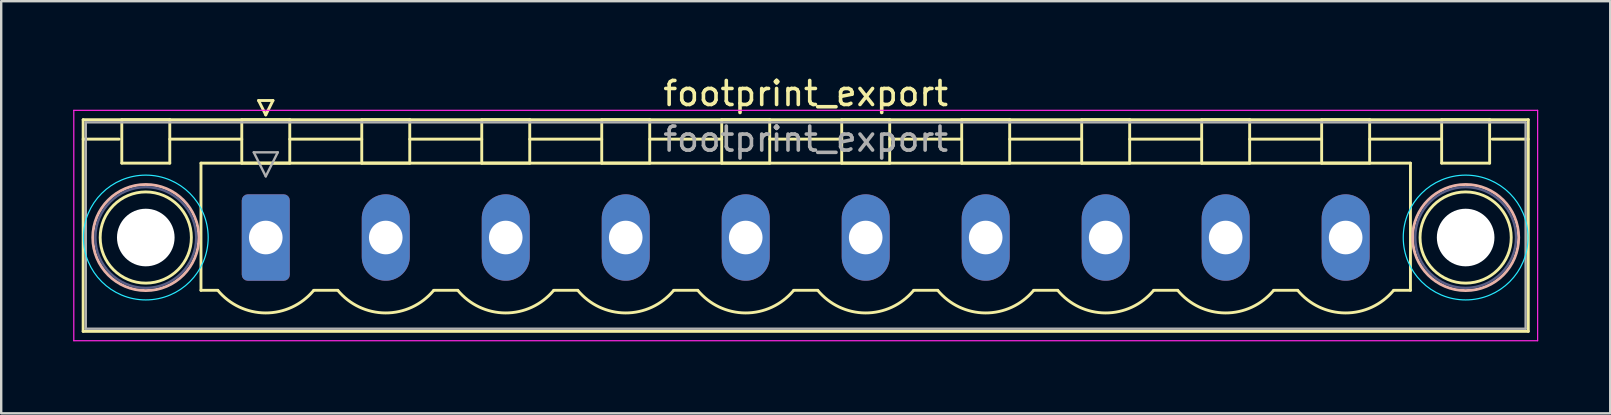
<source format=kicad_pcb>
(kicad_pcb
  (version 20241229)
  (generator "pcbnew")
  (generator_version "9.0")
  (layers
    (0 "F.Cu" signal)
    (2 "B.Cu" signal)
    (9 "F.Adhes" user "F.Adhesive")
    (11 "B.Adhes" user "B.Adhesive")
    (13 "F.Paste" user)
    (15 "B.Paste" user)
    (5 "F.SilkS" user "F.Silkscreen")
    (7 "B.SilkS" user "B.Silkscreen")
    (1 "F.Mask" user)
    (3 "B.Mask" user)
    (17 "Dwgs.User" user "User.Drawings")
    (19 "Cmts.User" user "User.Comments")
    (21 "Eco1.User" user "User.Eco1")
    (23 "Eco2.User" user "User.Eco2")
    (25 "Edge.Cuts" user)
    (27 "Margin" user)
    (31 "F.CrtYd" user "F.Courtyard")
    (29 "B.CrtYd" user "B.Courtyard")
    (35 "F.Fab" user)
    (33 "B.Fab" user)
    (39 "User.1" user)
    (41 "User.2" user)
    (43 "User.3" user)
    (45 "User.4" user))
  (footprint "footprint_export"
    (layer "F.Cu")
    (at 8.025 6.848)
    (property "Reference" "footprint_export" (at 22.5 -6 0) (layer "F.SilkS") (effects (font (size 1 1) (thickness 0.15))))
    (attr through_hole)
    (fp_line (start -7.61 -4.91) (end -7.61 3.91) (stroke (width 0.12) (type solid)) (layer "F.SilkS"))
    (fp_line (start -7.61 -4.1) (end -6.11 -4.1) (stroke (width 0.12) (type solid)) (layer "F.SilkS"))
    (fp_line (start -7.61 3.91) (end 52.61 3.91) (stroke (width 0.12) (type solid)) (layer "F.SilkS"))
    (fp_line (start -6 -4.91) (end -4 -4.91) (stroke (width 0.12) (type solid)) (layer "F.SilkS"))
    (fp_line (start -6 -3.1) (end -6 -4.91) (stroke (width 0.12) (type solid)) (layer "F.SilkS"))
    (fp_line (start -4 -4.91) (end -4 -3.1) (stroke (width 0.12) (type solid)) (layer "F.SilkS"))
    (fp_line (start -4 -4.1) (end -1 -4.1) (stroke (width 0.12) (type solid)) (layer "F.SilkS"))
    (fp_line (start -4 -3.1) (end -6 -3.1) (stroke (width 0.12) (type solid)) (layer "F.SilkS"))
    (fp_line (start -2.7 -3.1) (end 47.7 -3.1) (stroke (width 0.12) (type solid)) (layer "F.SilkS"))
    (fp_line (start -2.7 2.2) (end -2.7 -3.1) (stroke (width 0.12) (type solid)) (layer "F.SilkS"))
    (fp_line (start -2 2.2) (end -2.7 2.2) (stroke (width 0.12) (type solid)) (layer "F.SilkS"))
    (fp_line (start -1 -4.91) (end 1 -4.91) (stroke (width 0.12) (type solid)) (layer "F.SilkS"))
    (fp_line (start -1 -3.1) (end -1 -4.91) (stroke (width 0.12) (type solid)) (layer "F.SilkS"))
    (fp_line (start -0.3 -5.71) (end 0.3 -5.71) (stroke (width 0.12) (type solid)) (layer "F.SilkS"))
    (fp_line (start 0 -5.11) (end -0.3 -5.71) (stroke (width 0.12) (type solid)) (layer "F.SilkS"))
    (fp_line (start 0.3 -5.71) (end 0 -5.11) (stroke (width 0.12) (type solid)) (layer "F.SilkS"))
    (fp_line (start 1 -4.91) (end 1 -3.1) (stroke (width 0.12) (type solid)) (layer "F.SilkS"))
    (fp_line (start 1 -4.1) (end 4 -4.1) (stroke (width 0.12) (type solid)) (layer "F.SilkS"))
    (fp_line (start 1 -3.1) (end -1 -3.1) (stroke (width 0.12) (type solid)) (layer "F.SilkS"))
    (fp_line (start 2 2.2) (end 3 2.2) (stroke (width 0.12) (type solid)) (layer "F.SilkS"))
    (fp_line (start 4 -4.91) (end 6 -4.91) (stroke (width 0.12) (type solid)) (layer "F.SilkS"))
    (fp_line (start 4 -3.1) (end 4 -4.91) (stroke (width 0.12) (type solid)) (layer "F.SilkS"))
    (fp_line (start 6 -4.91) (end 6 -3.1) (stroke (width 0.12) (type solid)) (layer "F.SilkS"))
    (fp_line (start 6 -4.1) (end 9 -4.1) (stroke (width 0.12) (type solid)) (layer "F.SilkS"))
    (fp_line (start 6 -3.1) (end 4 -3.1) (stroke (width 0.12) (type solid)) (layer "F.SilkS"))
    (fp_line (start 7 2.2) (end 8 2.2) (stroke (width 0.12) (type solid)) (layer "F.SilkS"))
    (fp_line (start 9 -4.91) (end 11 -4.91) (stroke (width 0.12) (type solid)) (layer "F.SilkS"))
    (fp_line (start 9 -3.1) (end 9 -4.91) (stroke (width 0.12) (type solid)) (layer "F.SilkS"))
    (fp_line (start 11 -4.91) (end 11 -3.1) (stroke (width 0.12) (type solid)) (layer "F.SilkS"))
    (fp_line (start 11 -4.1) (end 14 -4.1) (stroke (width 0.12) (type solid)) (layer "F.SilkS"))
    (fp_line (start 11 -3.1) (end 9 -3.1) (stroke (width 0.12) (type solid)) (layer "F.SilkS"))
    (fp_line (start 12 2.2) (end 13 2.2) (stroke (width 0.12) (type solid)) (layer "F.SilkS"))
    (fp_line (start 14 -4.91) (end 16 -4.91) (stroke (width 0.12) (type solid)) (layer "F.SilkS"))
    (fp_line (start 14 -3.1) (end 14 -4.91) (stroke (width 0.12) (type solid)) (layer "F.SilkS"))
    (fp_line (start 16 -4.91) (end 16 -3.1) (stroke (width 0.12) (type solid)) (layer "F.SilkS"))
    (fp_line (start 16 -4.1) (end 19 -4.1) (stroke (width 0.12) (type solid)) (layer "F.SilkS"))
    (fp_line (start 16 -3.1) (end 14 -3.1) (stroke (width 0.12) (type solid)) (layer "F.SilkS"))
    (fp_line (start 17 2.2) (end 18 2.2) (stroke (width 0.12) (type solid)) (layer "F.SilkS"))
    (fp_line (start 19 -4.91) (end 21 -4.91) (stroke (width 0.12) (type solid)) (layer "F.SilkS"))
    (fp_line (start 19 -3.1) (end 19 -4.91) (stroke (width 0.12) (type solid)) (layer "F.SilkS"))
    (fp_line (start 21 -4.91) (end 21 -3.1) (stroke (width 0.12) (type solid)) (layer "F.SilkS"))
    (fp_line (start 21 -4.1) (end 24 -4.1) (stroke (width 0.12) (type solid)) (layer "F.SilkS"))
    (fp_line (start 21 -3.1) (end 19 -3.1) (stroke (width 0.12) (type solid)) (layer "F.SilkS"))
    (fp_line (start 22 2.2) (end 23 2.2) (stroke (width 0.12) (type solid)) (layer "F.SilkS"))
    (fp_line (start 24 -4.91) (end 26 -4.91) (stroke (width 0.12) (type solid)) (layer "F.SilkS"))
    (fp_line (start 24 -3.1) (end 24 -4.91) (stroke (width 0.12) (type solid)) (layer "F.SilkS"))
    (fp_line (start 26 -4.91) (end 26 -3.1) (stroke (width 0.12) (type solid)) (layer "F.SilkS"))
    (fp_line (start 26 -4.1) (end 29 -4.1) (stroke (width 0.12) (type solid)) (layer "F.SilkS"))
    (fp_line (start 26 -3.1) (end 24 -3.1) (stroke (width 0.12) (type solid)) (layer "F.SilkS"))
    (fp_line (start 27 2.2) (end 28 2.2) (stroke (width 0.12) (type solid)) (layer "F.SilkS"))
    (fp_line (start 29 -4.91) (end 31 -4.91) (stroke (width 0.12) (type solid)) (layer "F.SilkS"))
    (fp_line (start 29 -3.1) (end 29 -4.91) (stroke (width 0.12) (type solid)) (layer "F.SilkS"))
    (fp_line (start 31 -4.91) (end 31 -3.1) (stroke (width 0.12) (type solid)) (layer "F.SilkS"))
    (fp_line (start 31 -4.1) (end 34 -4.1) (stroke (width 0.12) (type solid)) (layer "F.SilkS"))
    (fp_line (start 31 -3.1) (end 29 -3.1) (stroke (width 0.12) (type solid)) (layer "F.SilkS"))
    (fp_line (start 32 2.2) (end 33 2.2) (stroke (width 0.12) (type solid)) (layer "F.SilkS"))
    (fp_line (start 34 -4.91) (end 36 -4.91) (stroke (width 0.12) (type solid)) (layer "F.SilkS"))
    (fp_line (start 34 -3.1) (end 34 -4.91) (stroke (width 0.12) (type solid)) (layer "F.SilkS"))
    (fp_line (start 36 -4.91) (end 36 -3.1) (stroke (width 0.12) (type solid)) (layer "F.SilkS"))
    (fp_line (start 36 -4.1) (end 39 -4.1) (stroke (width 0.12) (type solid)) (layer "F.SilkS"))
    (fp_line (start 36 -3.1) (end 34 -3.1) (stroke (width 0.12) (type solid)) (layer "F.SilkS"))
    (fp_line (start 37 2.2) (end 38 2.2) (stroke (width 0.12) (type solid)) (layer "F.SilkS"))
    (fp_line (start 39 -4.91) (end 41 -4.91) (stroke (width 0.12) (type solid)) (layer "F.SilkS"))
    (fp_line (start 39 -3.1) (end 39 -4.91) (stroke (width 0.12) (type solid)) (layer "F.SilkS"))
    (fp_line (start 41 -4.91) (end 41 -3.1) (stroke (width 0.12) (type solid)) (layer "F.SilkS"))
    (fp_line (start 41 -4.1) (end 44 -4.1) (stroke (width 0.12) (type solid)) (layer "F.SilkS"))
    (fp_line (start 41 -3.1) (end 39 -3.1) (stroke (width 0.12) (type solid)) (layer "F.SilkS"))
    (fp_line (start 42 2.2) (end 43 2.2) (stroke (width 0.12) (type solid)) (layer "F.SilkS"))
    (fp_line (start 44 -4.91) (end 46 -4.91) (stroke (width 0.12) (type solid)) (layer "F.SilkS"))
    (fp_line (start 44 -3.1) (end 44 -4.91) (stroke (width 0.12) (type solid)) (layer "F.SilkS"))
    (fp_line (start 46 -4.91) (end 46 -3.1) (stroke (width 0.12) (type solid)) (layer "F.SilkS"))
    (fp_line (start 46 -4.1) (end 49 -4.1) (stroke (width 0.12) (type solid)) (layer "F.SilkS"))
    (fp_line (start 46 -3.1) (end 44 -3.1) (stroke (width 0.12) (type solid)) (layer "F.SilkS"))
    (fp_line (start 47.7 -3.1) (end 47.7 2.2) (stroke (width 0.12) (type solid)) (layer "F.SilkS"))
    (fp_line (start 47.7 2.2) (end 47 2.2) (stroke (width 0.12) (type solid)) (layer "F.SilkS"))
    (fp_line (start 49 -4.91) (end 51 -4.91) (stroke (width 0.12) (type solid)) (layer "F.SilkS"))
    (fp_line (start 49 -3.1) (end 49 -4.91) (stroke (width 0.12) (type solid)) (layer "F.SilkS"))
    (fp_line (start 51 -4.91) (end 51 -3.1) (stroke (width 0.12) (type solid)) (layer "F.SilkS"))
    (fp_line (start 51 -3.1) (end 49 -3.1) (stroke (width 0.12) (type solid)) (layer "F.SilkS"))
    (fp_line (start 52.61 -4.91) (end -7.61 -4.91) (stroke (width 0.12) (type solid)) (layer "F.SilkS"))
    (fp_line (start 52.61 -4.1) (end 51.11 -4.1) (stroke (width 0.12) (type solid)) (layer "F.SilkS"))
    (fp_line (start 52.61 3.91) (end 52.61 -4.91) (stroke (width 0.12) (type solid)) (layer "F.SilkS"))
    (fp_arc (start 1.986842 2.215821) (mid -0.010289 3.142758) (end -2 2.2) (stroke (width 0.12) (type solid)) (layer "F.SilkS"))
    (fp_arc (start 6.986842 2.215821) (mid 4.989711 3.142758) (end 3 2.2) (stroke (width 0.12) (type solid)) (layer "F.SilkS"))
    (fp_arc (start 11.986842 2.215821) (mid 9.989711 3.142758) (end 8 2.2) (stroke (width 0.12) (type solid)) (layer "F.SilkS"))
    (fp_arc (start 16.986842 2.215821) (mid 14.989711 3.142758) (end 13 2.2) (stroke (width 0.12) (type solid)) (layer "F.SilkS"))
    (fp_arc (start 21.986842 2.215821) (mid 19.989711 3.142758) (end 18 2.2) (stroke (width 0.12) (type solid)) (layer "F.SilkS"))
    (fp_arc (start 26.986842 2.215821) (mid 24.989711 3.142758) (end 23 2.2) (stroke (width 0.12) (type solid)) (layer "F.SilkS"))
    (fp_arc (start 31.986842 2.215821) (mid 29.989711 3.142758) (end 28 2.2) (stroke (width 0.12) (type solid)) (layer "F.SilkS"))
    (fp_arc (start 36.986842 2.215821) (mid 34.989711 3.142758) (end 33 2.2) (stroke (width 0.12) (type solid)) (layer "F.SilkS"))
    (fp_arc (start 41.986842 2.215821) (mid 39.989711 3.142758) (end 38 2.2) (stroke (width 0.12) (type solid)) (layer "F.SilkS"))
    (fp_arc (start 46.986842 2.215821) (mid 44.989711 3.142758) (end 43 2.2) (stroke (width 0.12) (type solid)) (layer "F.SilkS"))
    (fp_circle (center -5 0) (end -3.1 0) (stroke (width 0.12) (type solid)) (fill no) (layer "F.SilkS"))
    (fp_circle (center 50 0) (end 51.9 0) (stroke (width 0.12) (type solid)) (fill no) (layer "F.SilkS"))
    (fp_circle (center -5 0) (end -2.79 0) (stroke (width 0.12) (type solid)) (fill no) (layer "B.SilkS"))
    (fp_circle (center 50 0) (end 52.21 0) (stroke (width 0.12) (type solid)) (fill no) (layer "B.SilkS"))
    (fp_circle (center -5 0) (end -2.4 0) (stroke (width 0.05) (type solid)) (fill no) (layer "B.CrtYd"))
    (fp_circle (center 50 0) (end 52.6 0) (stroke (width 0.05) (type solid)) (fill no) (layer "B.CrtYd"))
    (fp_line (start -8 -5.3) (end -8 4.3) (stroke (width 0.05) (type solid)) (layer "F.CrtYd"))
    (fp_line (start -8 4.3) (end 53 4.3) (stroke (width 0.05) (type solid)) (layer "F.CrtYd"))
    (fp_line (start 53 -5.3) (end -8 -5.3) (stroke (width 0.05) (type solid)) (layer "F.CrtYd"))
    (fp_line (start 53 4.3) (end 53 -5.3) (stroke (width 0.05) (type solid)) (layer "F.CrtYd"))
    (fp_circle (center -5 0) (end -2.9 0) (stroke (width 0.1) (type solid)) (fill no) (layer "B.Fab"))
    (fp_circle (center 50 0) (end 52.1 0) (stroke (width 0.1) (type solid)) (fill no) (layer "B.Fab"))
    (fp_line (start -7.5 -4.8) (end -7.5 3.8) (stroke (width 0.1) (type solid)) (layer "F.Fab"))
    (fp_line (start -7.5 3.8) (end 52.5 3.8) (stroke (width 0.1) (type solid)) (layer "F.Fab"))
    (fp_line (start -0.5 -3.55) (end 0.5 -3.55) (stroke (width 0.1) (type solid)) (layer "F.Fab"))
    (fp_line (start 0 -2.55) (end -0.5 -3.55) (stroke (width 0.1) (type solid)) (layer "F.Fab"))
    (fp_line (start 0.5 -3.55) (end 0 -2.55) (stroke (width 0.1) (type solid)) (layer "F.Fab"))
    (fp_line (start 52.5 -4.8) (end -7.5 -4.8) (stroke (width 0.1) (type solid)) (layer "F.Fab"))
    (fp_line (start 52.5 3.8) (end 52.5 -4.8) (stroke (width 0.1) (type solid)) (layer "F.Fab"))
    (fp_text user "${REFERENCE}" (at 22.5 -4.1 0) (layer "F.Fab") (effects (font (size 1 1) (thickness 0.15))))
    (pad "" np_thru_hole circle (at -5 0) (size 2.4 2.4) (drill 2.4) (layers "*.Cu" "*.Mask"))
    (pad "" np_thru_hole circle (at 50 0) (size 2.4 2.4) (drill 2.4) (layers "*.Cu" "*.Mask"))
    (pad "1" thru_hole roundrect (at 0 0) (size 2 3.6) (drill 1.4) (layers "*.Cu" "*.Mask") (roundrect_rratio 0.125))
    (pad "2" thru_hole oval (at 5 0) (size 2 3.6) (drill 1.4) (layers "*.Cu" "*.Mask"))
    (pad "3" thru_hole oval (at 10 0) (size 2 3.6) (drill 1.4) (layers "*.Cu" "*.Mask"))
    (pad "4" thru_hole oval (at 15 0) (size 2 3.6) (drill 1.4) (layers "*.Cu" "*.Mask"))
    (pad "5" thru_hole oval (at 20 0) (size 2 3.6) (drill 1.4) (layers "*.Cu" "*.Mask"))
    (pad "6" thru_hole oval (at 25 0) (size 2 3.6) (drill 1.4) (layers "*.Cu" "*.Mask"))
    (pad "7" thru_hole oval (at 30 0) (size 2 3.6) (drill 1.4) (layers "*.Cu" "*.Mask"))
    (pad "8" thru_hole oval (at 35 0) (size 2 3.6) (drill 1.4) (layers "*.Cu" "*.Mask"))
    (pad "9" thru_hole oval (at 40 0) (size 2 3.6) (drill 1.4) (layers "*.Cu" "*.Mask"))
    (pad "10" thru_hole oval (at 45 0) (size 2 3.6) (drill 1.4) (layers "*.Cu" "*.Mask")))
  (gr_rect
    (start -3 -3)
    (end 64.05 14.173)
    (stroke (width 0.1) (type default))
    (fill no)
    (layer "Edge.Cuts")))
</source>
